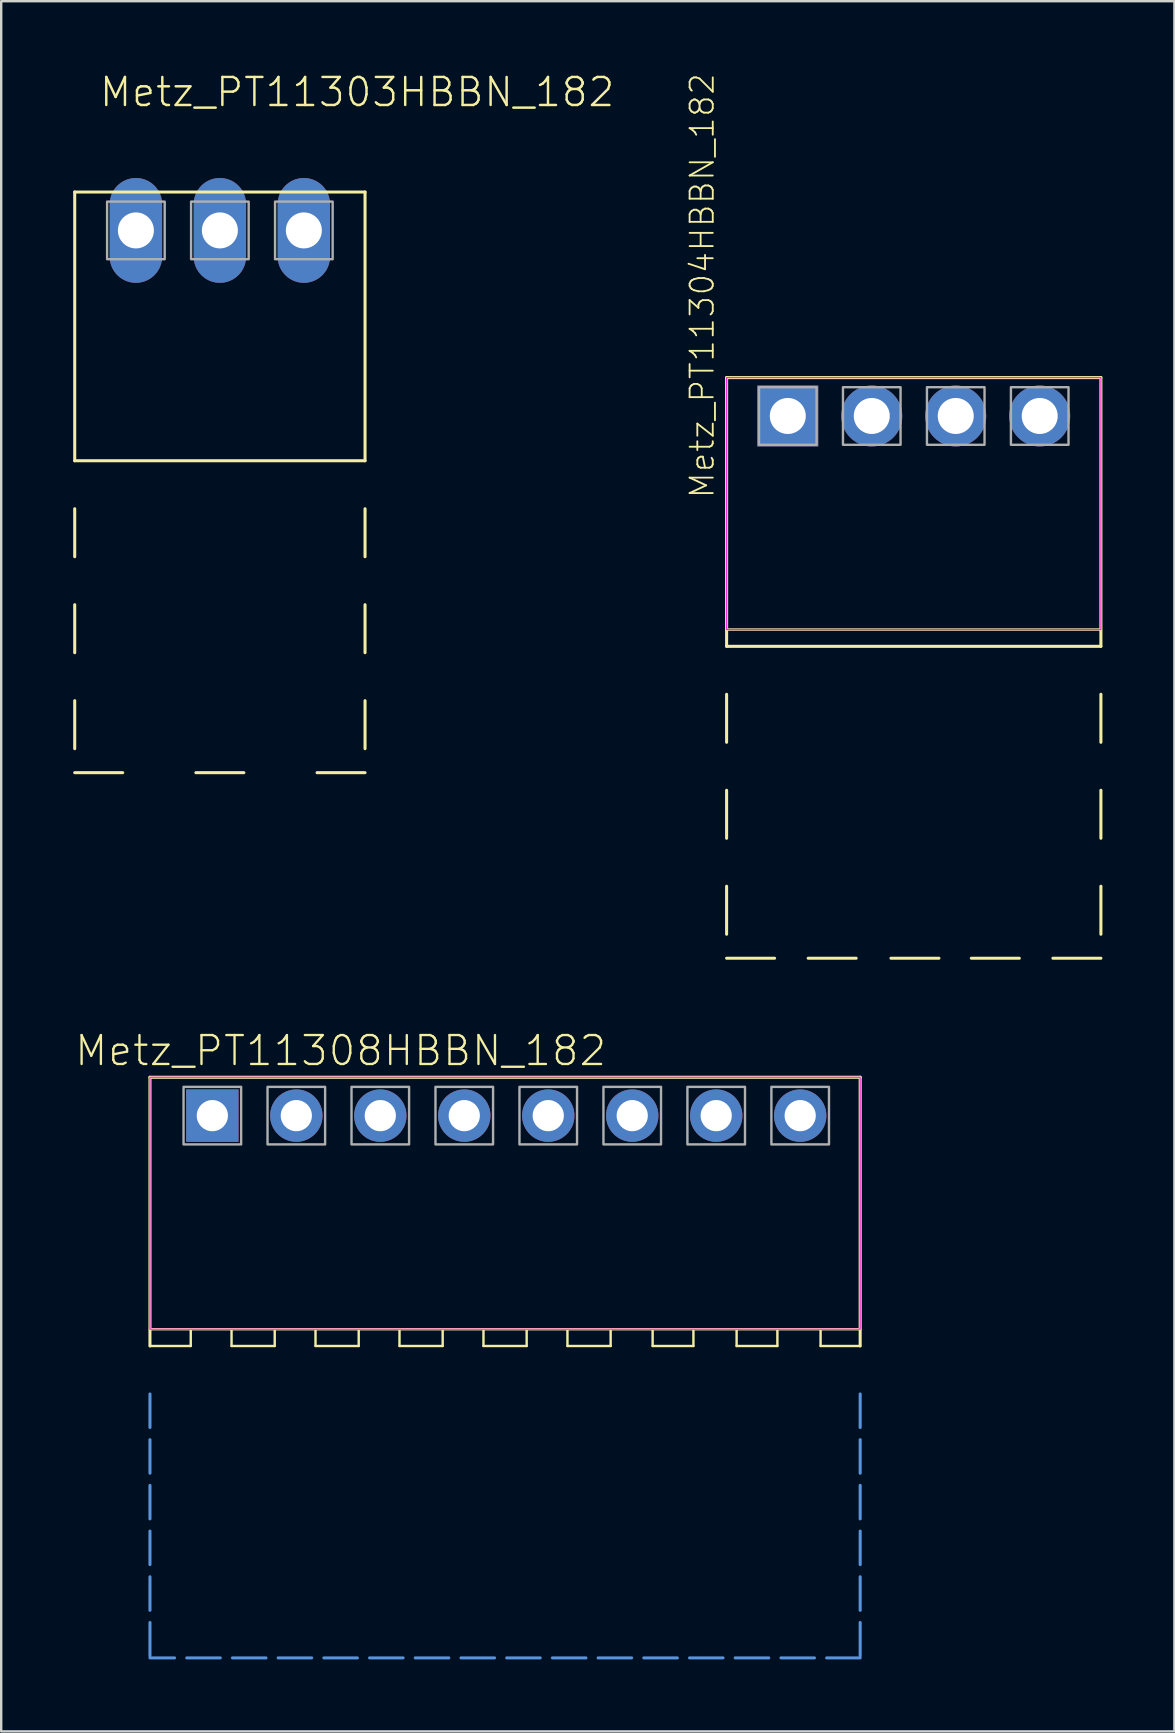
<source format=kicad_pcb>
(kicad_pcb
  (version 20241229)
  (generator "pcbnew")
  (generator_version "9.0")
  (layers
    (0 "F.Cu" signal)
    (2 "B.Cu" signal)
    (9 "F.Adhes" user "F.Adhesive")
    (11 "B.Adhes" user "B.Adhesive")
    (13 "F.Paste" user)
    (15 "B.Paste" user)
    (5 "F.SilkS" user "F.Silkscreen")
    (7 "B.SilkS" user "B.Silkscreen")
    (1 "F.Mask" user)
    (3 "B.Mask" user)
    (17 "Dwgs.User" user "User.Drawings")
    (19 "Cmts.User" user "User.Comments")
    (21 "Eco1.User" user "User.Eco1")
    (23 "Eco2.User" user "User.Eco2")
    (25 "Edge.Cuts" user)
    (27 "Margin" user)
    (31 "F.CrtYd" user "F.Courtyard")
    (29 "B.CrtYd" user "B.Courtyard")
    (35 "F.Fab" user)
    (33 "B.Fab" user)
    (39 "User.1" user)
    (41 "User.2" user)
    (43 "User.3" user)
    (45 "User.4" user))
  (footprint "Metz_PT11303HBBN_182"
    (layer "F.Cu")
    (at 6.114 6.553)
    (property "Reference" "Metz_PT11303HBBN_182" (at -5.08 -5.08 0) (layer "F.SilkS") (effects (font (size 1.168 1.168) (thickness 0.102)) (justify left bottom)))
    (fp_line (start -6.05 -1.6) (end 6.05 -1.6) (stroke (width 0.127) (type solid)) (layer "F.SilkS"))
    (fp_line (start -6.05 9.6) (end -6.05 -1.6) (stroke (width 0.127) (type solid)) (layer "F.SilkS"))
    (fp_line (start -6.05 11.6) (end -6.05 13.6) (stroke (width 0.127) (type solid)) (layer "F.SilkS"))
    (fp_line (start -6.05 15.6) (end -6.05 17.6) (stroke (width 0.127) (type solid)) (layer "F.SilkS"))
    (fp_line (start -6.05 19.6) (end -6.05 21.6) (stroke (width 0.127) (type solid)) (layer "F.SilkS"))
    (fp_line (start -6.05 22.6) (end -4.05 22.6) (stroke (width 0.127) (type solid)) (layer "F.SilkS"))
    (fp_line (start -1 22.6) (end 1 22.6) (stroke (width 0.127) (type solid)) (layer "F.SilkS"))
    (fp_line (start 6.05 -1.6) (end 6.05 9.6) (stroke (width 0.127) (type solid)) (layer "F.SilkS"))
    (fp_line (start 6.05 9.6) (end -6.05 9.6) (stroke (width 0.127) (type solid)) (layer "F.SilkS"))
    (fp_line (start 6.05 11.6) (end 6.05 13.6) (stroke (width 0.127) (type solid)) (layer "F.SilkS"))
    (fp_line (start 6.05 15.6) (end 6.05 17.6) (stroke (width 0.127) (type solid)) (layer "F.SilkS"))
    (fp_line (start 6.05 19.6) (end 6.05 21.6) (stroke (width 0.127) (type solid)) (layer "F.SilkS"))
    (fp_line (start 6.05 22.6) (end 4.05 22.6) (stroke (width 0.127) (type solid)) (layer "F.SilkS"))
    (fp_poly (pts (xy -4.7 1.2) (xy -2.3 1.2) (xy -2.3 -1.2) (xy -4.7 -1.2)) (stroke (width 0.1) (type default)) (fill no) (layer "F.Fab"))
    (fp_poly (pts (xy -1.2 1.2) (xy 1.2 1.2) (xy 1.2 -1.2) (xy -1.2 -1.2)) (stroke (width 0.1) (type default)) (fill no) (layer "F.Fab"))
    (fp_poly (pts (xy 2.3 1.2) (xy 4.7 1.2) (xy 4.7 -1.2) (xy 2.3 -1.2)) (stroke (width 0.1) (type default)) (fill no) (layer "F.Fab"))
    (pad "1" thru_hole oval (at -3.5 0 90) (size 4.369 2.184) (drill 1.5) (layers "*.Cu" "*.Mask"))
    (pad "2" thru_hole oval (at 0 0 90) (size 4.369 2.184) (drill 1.5) (layers "*.Cu" "*.Mask"))
    (pad "3" thru_hole oval (at 3.5 0 90) (size 4.369 2.184) (drill 1.5) (layers "*.Cu" "*.Mask")))
  (footprint "Metz_PT11308HBBN_182"
    (layer "F.Cu")
    (at 18 43.447)
    (property "Reference" "Metz_PT11308HBBN_182" (at -18 -2 180) (layer "F.SilkS") (effects (font (size 1.206 1.206) (thickness 0.097)) (justify left bottom)))
    (attr through_hole)
    (fp_line (start -14.8 -1.6) (end 14.8 -1.6) (stroke (width 0.127) (type solid)) (layer "F.SilkS"))
    (fp_line (start -14.8 9.6) (end -14.8 -1.6) (stroke (width 0.127) (type solid)) (layer "F.SilkS"))
    (fp_line (start -14.8 9.6) (end -13.1 9.6) (stroke (width 0.1) (type default)) (layer "F.SilkS"))
    (fp_line (start -13.1 9.6) (end -13.1 8.9) (stroke (width 0.1) (type default)) (layer "F.SilkS"))
    (fp_line (start -11.4 8.9) (end -11.4 9.6) (stroke (width 0.1) (type default)) (layer "F.SilkS"))
    (fp_line (start -11.4 9.6) (end -9.6 9.6) (stroke (width 0.1) (type default)) (layer "F.SilkS"))
    (fp_line (start -9.6 9.6) (end -9.6 8.9) (stroke (width 0.1) (type default)) (layer "F.SilkS"))
    (fp_line (start -7.9 8.9) (end -7.9 9.6) (stroke (width 0.1) (type default)) (layer "F.SilkS"))
    (fp_line (start -7.9 9.6) (end -6.1 9.6) (stroke (width 0.1) (type default)) (layer "F.SilkS"))
    (fp_line (start -6.1 9.6) (end -6.1 8.9) (stroke (width 0.1) (type default)) (layer "F.SilkS"))
    (fp_line (start -4.4 8.9) (end -4.4 9.6) (stroke (width 0.1) (type default)) (layer "F.SilkS"))
    (fp_line (start -4.4 9.6) (end -2.6 9.6) (stroke (width 0.1) (type default)) (layer "F.SilkS"))
    (fp_line (start -2.6 9.6) (end -2.6 8.9) (stroke (width 0.1) (type default)) (layer "F.SilkS"))
    (fp_line (start -0.9 8.9) (end -0.9 9.6) (stroke (width 0.1) (type default)) (layer "F.SilkS"))
    (fp_line (start -0.9 9.6) (end 0.9 9.6) (stroke (width 0.1) (type default)) (layer "F.SilkS"))
    (fp_line (start 0.9 9.6) (end 0.9 8.9) (stroke (width 0.1) (type default)) (layer "F.SilkS"))
    (fp_line (start 2.6 8.9) (end 2.6 9.6) (stroke (width 0.1) (type default)) (layer "F.SilkS"))
    (fp_line (start 2.6 9.6) (end 4.4 9.6) (stroke (width 0.1) (type default)) (layer "F.SilkS"))
    (fp_line (start 4.4 9.6) (end 4.4 8.9) (stroke (width 0.1) (type default)) (layer "F.SilkS"))
    (fp_line (start 6.15 8.9) (end 6.15 9.6) (stroke (width 0.1) (type default)) (layer "F.SilkS"))
    (fp_line (start 6.15 9.6) (end 7.85 9.6) (stroke (width 0.1) (type default)) (layer "F.SilkS"))
    (fp_line (start 7.85 9.6) (end 7.85 8.9) (stroke (width 0.1) (type default)) (layer "F.SilkS"))
    (fp_line (start 9.65 8.9) (end 9.65 9.6) (stroke (width 0.1) (type default)) (layer "F.SilkS"))
    (fp_line (start 9.65 9.6) (end 11.35 9.6) (stroke (width 0.1) (type default)) (layer "F.SilkS"))
    (fp_line (start 11.35 9.6) (end 11.35 8.9) (stroke (width 0.1) (type default)) (layer "F.SilkS"))
    (fp_line (start 13.15 8.9) (end 13.15 9.6) (stroke (width 0.1) (type default)) (layer "F.SilkS"))
    (fp_line (start 13.15 9.6) (end 14.8 9.6) (stroke (width 0.1) (type default)) (layer "F.SilkS"))
    (fp_line (start 14.8 -1.6) (end 14.8 9.6) (stroke (width 0.127) (type solid)) (layer "F.SilkS"))
    (fp_line (start 14.8 8.9) (end -14.8 8.9) (stroke (width 0.1) (type default)) (layer "F.SilkS"))
    (fp_line (start -14.8 11.6) (end -14.8 22.6) (stroke (width 0.127) (type dash)) (layer "Cmts.User"))
    (fp_line (start 14.8 11.6) (end 14.8 22.6) (stroke (width 0.127) (type dash)) (layer "Cmts.User"))
    (fp_line (start 14.8 22.6) (end -14.8 22.6) (stroke (width 0.127) (type dash)) (layer "Cmts.User"))
    (fp_rect (start -14.8 -1.6) (end 14.8 8.9) (stroke (width 0.05) (type default)) (fill no) (layer "F.CrtYd"))
    (fp_poly (pts (xy -13.4 1.2) (xy -11 1.2) (xy -11 -1.2) (xy -13.4 -1.2)) (stroke (width 0.1) (type solid)) (fill no) (layer "F.Fab"))
    (fp_poly (pts (xy -9.9 1.2) (xy -7.5 1.2) (xy -7.5 -1.2) (xy -9.9 -1.2)) (stroke (width 0.1) (type solid)) (fill no) (layer "F.Fab"))
    (fp_poly (pts (xy -6.4 1.2) (xy -4 1.2) (xy -4 -1.2) (xy -6.4 -1.2)) (stroke (width 0.1) (type solid)) (fill no) (layer "F.Fab"))
    (fp_poly (pts (xy -2.9 1.2) (xy -0.5 1.2) (xy -0.5 -1.2) (xy -2.9 -1.2)) (stroke (width 0.1) (type solid)) (fill no) (layer "F.Fab"))
    (fp_poly (pts (xy 0.6 1.2) (xy 3 1.2) (xy 3 -1.2) (xy 0.6 -1.2)) (stroke (width 0.1) (type solid)) (fill no) (layer "F.Fab"))
    (fp_poly (pts (xy 4.1 1.2) (xy 6.5 1.2) (xy 6.5 -1.2) (xy 4.1 -1.2)) (stroke (width 0.1) (type solid)) (fill no) (layer "F.Fab"))
    (fp_poly (pts (xy 7.6 1.2) (xy 10 1.2) (xy 10 -1.2) (xy 7.6 -1.2)) (stroke (width 0.1) (type solid)) (fill no) (layer "F.Fab"))
    (fp_poly (pts (xy 11.1 1.2) (xy 13.5 1.2) (xy 13.5 -1.2) (xy 11.1 -1.2)) (stroke (width 0.1) (type solid)) (fill no) (layer "F.Fab"))
    (pad "1" thru_hole rect (at -12.2 0 90) (size 2.184 2.184) (drill 1.3) (layers "*.Cu" "*.Mask"))
    (pad "2" thru_hole circle (at -8.7 0 90) (size 2.184 2.184) (drill 1.3) (layers "*.Cu" "*.Mask"))
    (pad "3" thru_hole circle (at -5.2 0 90) (size 2.184 2.184) (drill 1.3) (layers "*.Cu" "*.Mask"))
    (pad "4" thru_hole circle (at -1.7 0 90) (size 2.184 2.184) (drill 1.3) (layers "*.Cu" "*.Mask"))
    (pad "5" thru_hole circle (at 1.8 0 90) (size 2.184 2.184) (drill 1.3) (layers "*.Cu" "*.Mask"))
    (pad "6" thru_hole circle (at 5.3 0 90) (size 2.184 2.184) (drill 1.3) (layers "*.Cu" "*.Mask"))
    (pad "7" thru_hole circle (at 8.8 0 90) (size 2.184 2.184) (drill 1.3) (layers "*.Cu" "*.Mask"))
    (pad "8" thru_hole circle (at 12.3 0 90) (size 2.184 2.184) (drill 1.3) (layers "*.Cu" "*.Mask")))
  (footprint "Metz_PT11304HBBN_182"
    (layer "F.Cu")
    (at 35.033 14.287)
    (property "Reference" "Metz_PT11304HBBN_182" (at -8.255 3.493 90) (layer "F.SilkS") (effects (font (size 0.965 0.965) (thickness 0.077)) (justify left bottom)))
    (attr through_hole)
    (fp_line (start -7.8 -1.6) (end 7.8 -1.6) (stroke (width 0.127) (type solid)) (layer "F.SilkS"))
    (fp_line (start -7.8 9.6) (end -7.8 -1.6) (stroke (width 0.127) (type solid)) (layer "F.SilkS"))
    (fp_line (start -7.8 11.6) (end -7.8 13.6) (stroke (width 0.127) (type solid)) (layer "F.SilkS"))
    (fp_line (start -7.8 15.6) (end -7.8 17.6) (stroke (width 0.127) (type solid)) (layer "F.SilkS"))
    (fp_line (start -7.8 19.6) (end -7.8 21.6) (stroke (width 0.127) (type solid)) (layer "F.SilkS"))
    (fp_line (start -7.8 22.6) (end -5.8 22.6) (stroke (width 0.127) (type solid)) (layer "F.SilkS"))
    (fp_line (start -2.4 22.6) (end -4.4 22.6) (stroke (width 0.127) (type solid)) (layer "F.SilkS"))
    (fp_line (start -0.95 22.6) (end 1.05 22.6) (stroke (width 0.127) (type solid)) (layer "F.SilkS"))
    (fp_line (start 2.4 22.6) (end 4.4 22.6) (stroke (width 0.127) (type solid)) (layer "F.SilkS"))
    (fp_line (start 7.8 -1.6) (end 7.8 9.6) (stroke (width 0.127) (type solid)) (layer "F.SilkS"))
    (fp_line (start 7.8 8.9) (end -7.8 8.9) (stroke (width 0.1) (type default)) (layer "F.SilkS"))
    (fp_line (start 7.8 9.6) (end -7.8 9.6) (stroke (width 0.127) (type solid)) (layer "F.SilkS"))
    (fp_line (start 7.8 11.6) (end 7.8 13.6) (stroke (width 0.127) (type solid)) (layer "F.SilkS"))
    (fp_line (start 7.8 15.6) (end 7.8 17.6) (stroke (width 0.127) (type solid)) (layer "F.SilkS"))
    (fp_line (start 7.8 19.6) (end 7.8 21.6) (stroke (width 0.127) (type solid)) (layer "F.SilkS"))
    (fp_line (start 7.8 22.6) (end 5.8 22.6) (stroke (width 0.127) (type solid)) (layer "F.SilkS"))
    (fp_rect (start -7.8 -1.6) (end 7.8 8.9) (stroke (width 0.05) (type default)) (fill no) (layer "F.CrtYd"))
    (fp_poly (pts (xy -6.45 1.2) (xy -4.05 1.2) (xy -4.05 -1.2) (xy -6.45 -1.2)) (stroke (width 0.1) (type solid)) (fill no) (layer "F.Fab"))
    (fp_poly (pts (xy -2.95 1.2) (xy -0.55 1.2) (xy -0.55 -1.2) (xy -2.95 -1.2)) (stroke (width 0.1) (type solid)) (fill no) (layer "F.Fab"))
    (fp_poly (pts (xy 0.55 1.2) (xy 2.95 1.2) (xy 2.95 -1.2) (xy 0.55 -1.2)) (stroke (width 0.1) (type solid)) (fill no) (layer "F.Fab"))
    (fp_poly (pts (xy 4.05 1.2) (xy 6.45 1.2) (xy 6.45 -1.2) (xy 4.05 -1.2)) (stroke (width 0.1) (type solid)) (fill no) (layer "F.Fab"))
    (pad "P$1" thru_hole rect (at -5.25 0 90) (size 2.54 2.54) (drill 1.5) (layers "*.Cu" "*.Mask"))
    (pad "P$2" thru_hole circle (at -1.75 0 90) (size 2.54 2.54) (drill 1.5) (layers "*.Cu" "*.Mask"))
    (pad "P$3" thru_hole circle (at 1.75 0 270) (size 2.54 2.54) (drill 1.5) (layers "*.Cu" "*.Mask"))
    (pad "P$4" thru_hole circle (at 5.25 0 90) (size 2.54 2.54) (drill 1.5) (layers "*.Cu" "*.Mask")))
  (gr_rect
    (start -3 -3)
    (end 45.896 69.11)
    (stroke (width 0.1) (type default))
    (fill no)
    (layer "Edge.Cuts")))
</source>
